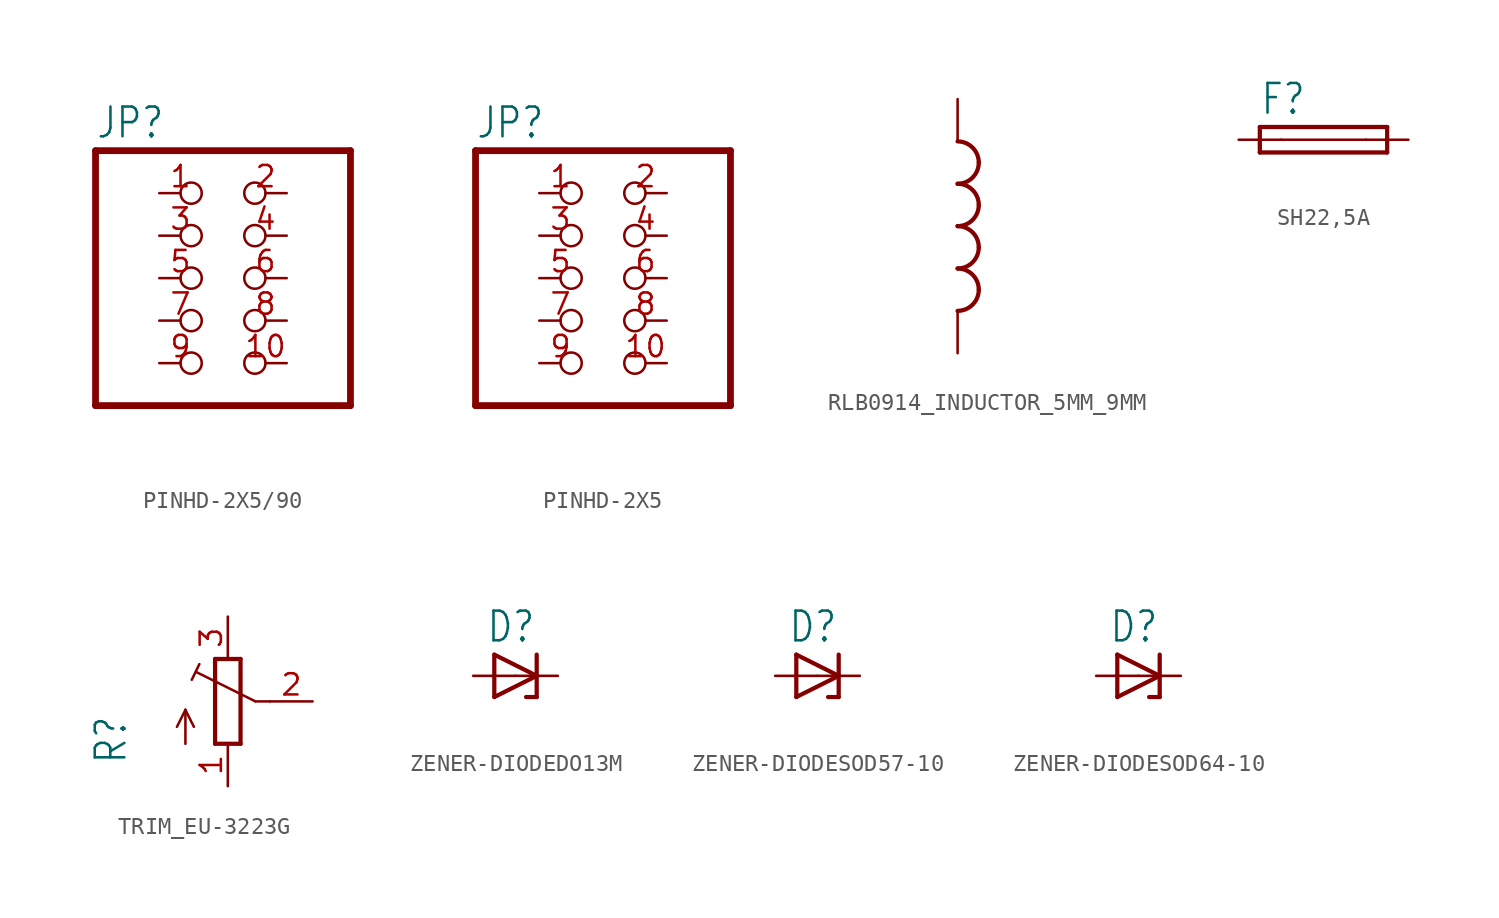
<source format=kicad_sym>
(kicad_symbol_lib
  (version 20231120)
  (generator "kicad_symbol_editor")
  (generator_version "8.0")
  (symbol "PINHD-2X5/90"
    (property "Reference" "JP"
      (at -6.35 8.255 0)
      (effects (font (size 1.778 1.511)) (justify left bottom)))
    (property "Value" ""
      (at -6.35 -10.16 0)
      (effects (font (size 1.778 1.511)) (justify left bottom)))
    (property "ki_locked" ""
      (at 0 0 0)
      (effects (font (size 1.27 1.27))))
    (symbol "PINHD-2X5/90_1_0"
      (polyline (pts (xy -6.35 -7.62) (xy 8.89 -7.62)) (stroke (width 0.406) (type solid)) (fill (type none)))
      (polyline (pts (xy -6.35 7.62) (xy -6.35 -7.62)) (stroke (width 0.406) (type solid)) (fill (type none)))
      (polyline (pts (xy 8.89 -7.62) (xy 8.89 7.62)) (stroke (width 0.406) (type solid)) (fill (type none)))
      (polyline (pts (xy 8.89 7.62) (xy -6.35 7.62)) (stroke (width 0.406) (type solid)) (fill (type none)))
      (pin passive inverted (at -2.54 5.08 0) (length 2.54) (name "1" (effects (font (size 0 0)))) (number "1" (effects (font (size 1.27 1.27)))))
      (pin passive inverted (at 5.08 -5.08 180) (length 2.54) (name "10" (effects (font (size 0 0)))) (number "10" (effects (font (size 1.27 1.27)))))
      (pin passive inverted (at 5.08 5.08 180) (length 2.54) (name "2" (effects (font (size 0 0)))) (number "2" (effects (font (size 1.27 1.27)))))
      (pin passive inverted (at -2.54 2.54 0) (length 2.54) (name "3" (effects (font (size 0 0)))) (number "3" (effects (font (size 1.27 1.27)))))
      (pin passive inverted (at 5.08 2.54 180) (length 2.54) (name "4" (effects (font (size 0 0)))) (number "4" (effects (font (size 1.27 1.27)))))
      (pin passive inverted (at -2.54 0 0) (length 2.54) (name "5" (effects (font (size 0 0)))) (number "5" (effects (font (size 1.27 1.27)))))
      (pin passive inverted (at 5.08 0 180) (length 2.54) (name "6" (effects (font (size 0 0)))) (number "6" (effects (font (size 1.27 1.27)))))
      (pin passive inverted (at -2.54 -2.54 0) (length 2.54) (name "7" (effects (font (size 0 0)))) (number "7" (effects (font (size 1.27 1.27)))))
      (pin passive inverted (at 5.08 -2.54 180) (length 2.54) (name "8" (effects (font (size 0 0)))) (number "8" (effects (font (size 1.27 1.27)))))
      (pin passive inverted (at -2.54 -5.08 0) (length 2.54) (name "9" (effects (font (size 0 0)))) (number "9" (effects (font (size 1.27 1.27)))))))
  (symbol "PINHD-2X5"
    (property "Reference" "JP"
      (at -6.35 8.255 0)
      (effects (font (size 1.778 1.511)) (justify left bottom)))
    (property "Value" ""
      (at -6.35 -10.16 0)
      (effects (font (size 1.778 1.511)) (justify left bottom)))
    (property "ki_locked" ""
      (at 0 0 0)
      (effects (font (size 1.27 1.27))))
    (symbol "PINHD-2X5_1_0"
      (polyline (pts (xy -6.35 -7.62) (xy 8.89 -7.62)) (stroke (width 0.406) (type solid)) (fill (type none)))
      (polyline (pts (xy -6.35 7.62) (xy -6.35 -7.62)) (stroke (width 0.406) (type solid)) (fill (type none)))
      (polyline (pts (xy 8.89 -7.62) (xy 8.89 7.62)) (stroke (width 0.406) (type solid)) (fill (type none)))
      (polyline (pts (xy 8.89 7.62) (xy -6.35 7.62)) (stroke (width 0.406) (type solid)) (fill (type none)))
      (pin passive inverted (at -2.54 5.08 0) (length 2.54) (name "1" (effects (font (size 0 0)))) (number "1" (effects (font (size 1.27 1.27)))))
      (pin passive inverted (at 5.08 -5.08 180) (length 2.54) (name "10" (effects (font (size 0 0)))) (number "10" (effects (font (size 1.27 1.27)))))
      (pin passive inverted (at 5.08 5.08 180) (length 2.54) (name "2" (effects (font (size 0 0)))) (number "2" (effects (font (size 1.27 1.27)))))
      (pin passive inverted (at -2.54 2.54 0) (length 2.54) (name "3" (effects (font (size 0 0)))) (number "3" (effects (font (size 1.27 1.27)))))
      (pin passive inverted (at 5.08 2.54 180) (length 2.54) (name "4" (effects (font (size 0 0)))) (number "4" (effects (font (size 1.27 1.27)))))
      (pin passive inverted (at -2.54 0 0) (length 2.54) (name "5" (effects (font (size 0 0)))) (number "5" (effects (font (size 1.27 1.27)))))
      (pin passive inverted (at 5.08 0 180) (length 2.54) (name "6" (effects (font (size 0 0)))) (number "6" (effects (font (size 1.27 1.27)))))
      (pin passive inverted (at -2.54 -2.54 0) (length 2.54) (name "7" (effects (font (size 0 0)))) (number "7" (effects (font (size 1.27 1.27)))))
      (pin passive inverted (at 5.08 -2.54 180) (length 2.54) (name "8" (effects (font (size 0 0)))) (number "8" (effects (font (size 1.27 1.27)))))
      (pin passive inverted (at -2.54 -5.08 0) (length 2.54) (name "9" (effects (font (size 0 0)))) (number "9" (effects (font (size 1.27 1.27)))))))
  (symbol "RLB0914_INDUCTOR_5MM_9MM"
    (property "Reference" ""
      (at -1.27 -5.08 90)
      (effects (font (size 1.778 1.511)) (justify left bottom) (hide yes)))
    (property "Value" ""
      (at 3.81 -5.08 90)
      (effects (font (size 1.778 1.511)) (justify left bottom)))
    (property "ki_locked" ""
      (at 0 0 0)
      (effects (font (size 1.27 1.27))))
    (symbol "RLB0914_INDUCTOR_5MM_9MM_1_0"
      (arc (start 0 -5.08) (mid 0.898 -4.708) (end 1.27 -3.81) (stroke (width 0.254) (type solid)) (fill (type none)))
      (arc (start 0 -2.54) (mid 0.898 -2.168) (end 1.27 -1.27) (stroke (width 0.254) (type solid)) (fill (type none)))
      (arc (start 0 0) (mid 0.898 0.372) (end 1.27 1.27) (stroke (width 0.254) (type solid)) (fill (type none)))
      (arc (start 0 2.54) (mid 0.898 2.912) (end 1.27 3.81) (stroke (width 0.254) (type solid)) (fill (type none)))
      (arc (start 1.27 -3.81) (mid 0.898 -2.912) (end 0 -2.54) (stroke (width 0.254) (type solid)) (fill (type none)))
      (arc (start 1.27 -1.27) (mid 0.898 -0.372) (end 0 0) (stroke (width 0.254) (type solid)) (fill (type none)))
      (arc (start 1.27 1.27) (mid 0.898 2.168) (end 0 2.54) (stroke (width 0.254) (type solid)) (fill (type none)))
      (arc (start 1.27 3.81) (mid 0.898 4.708) (end 0 5.08) (stroke (width 0.254) (type solid)) (fill (type none)))
      (pin passive line (at 0 7.62 270) (length 2.54) (name "1" (effects (font (size 0 0)))) (number "P$1" (effects (font (size 0 0)))))
      (pin passive line (at 0 -7.62 90) (length 2.54) (name "2" (effects (font (size 0 0)))) (number "P$2" (effects (font (size 0 0)))))))
  (symbol "SH22,5A"
    (property "Reference" "F"
      (at -3.81 1.397 0)
      (effects (font (size 1.778 1.511)) (justify left bottom)))
    (property "Value" ""
      (at -3.81 -2.921 0)
      (effects (font (size 1.778 1.511)) (justify left bottom)))
    (property "ki_locked" ""
      (at 0 0 0)
      (effects (font (size 1.27 1.27))))
    (symbol "SH22,5A_1_0"
      (polyline (pts (xy -3.81 -0.762) (xy 3.81 -0.762)) (stroke (width 0.254) (type solid)) (fill (type none)))
      (polyline (pts (xy -3.81 0.762) (xy -3.81 -0.762)) (stroke (width 0.254) (type solid)) (fill (type none)))
      (polyline (pts (xy -2.54 0) (xy 2.54 0)) (stroke (width 0.152) (type solid)) (fill (type none)))
      (polyline (pts (xy 3.81 -0.762) (xy 3.81 0.762)) (stroke (width 0.254) (type solid)) (fill (type none)))
      (polyline (pts (xy 3.81 0.762) (xy -3.81 0.762)) (stroke (width 0.254) (type solid)) (fill (type none)))
      (pin passive line (at -5.08 0 0) (length 2.54) (name "1" (effects (font (size 0 0)))) (number "1" (effects (font (size 0 0)))))
      (pin passive line (at 5.08 0 180) (length 2.54) (name "2" (effects (font (size 0 0)))) (number "2" (effects (font (size 0 0)))))))
  (symbol "TRIM_EU-3223G"
    (property "Reference" "R"
      (at -5.969 -3.81 90)
      (effects (font (size 1.778 1.511)) (justify left bottom)))
    (property "Value" ""
      (at -3.81 -3.81 90)
      (effects (font (size 1.778 1.511)) (justify left bottom)))
    (property "ki_locked" ""
      (at 0 0 0)
      (effects (font (size 1.27 1.27))))
    (symbol "TRIM_EU-3223G_1_0"
      (polyline (pts (xy -2.54 -2.54) (xy -2.54 -0.508)) (stroke (width 0.152) (type solid)) (fill (type none)))
      (polyline (pts (xy -2.54 -0.508) (xy -3.048 -1.524)) (stroke (width 0.152) (type solid)) (fill (type none)))
      (polyline (pts (xy -2.54 -0.508) (xy -2.032 -1.524)) (stroke (width 0.152) (type solid)) (fill (type none)))
      (polyline (pts (xy -2.16 1.294) (xy -1.702 2.235)) (stroke (width 0.152) (type solid)) (fill (type none)))
      (polyline (pts (xy -0.762 -2.54) (xy 0.762 -2.54)) (stroke (width 0.254) (type solid)) (fill (type none)))
      (polyline (pts (xy -0.762 2.54) (xy -0.762 -2.54)) (stroke (width 0.254) (type solid)) (fill (type none)))
      (polyline (pts (xy 0.762 -2.54) (xy 0.762 2.54)) (stroke (width 0.254) (type solid)) (fill (type none)))
      (polyline (pts (xy 0.762 2.54) (xy -0.762 2.54)) (stroke (width 0.254) (type solid)) (fill (type none)))
      (polyline (pts (xy 1.651 0) (xy -1.88 1.753)) (stroke (width 0.152) (type solid)) (fill (type none)))
      (polyline (pts (xy 2.54 0) (xy 1.651 0)) (stroke (width 0.152) (type solid)) (fill (type none)))
      (pin passive line (at 0 -5.08 90) (length 2.54) (name "A" (effects (font (size 0 0)))) (number "1" (effects (font (size 1.27 1.27)))))
      (pin passive line (at 5.08 0 180) (length 2.54) (name "S" (effects (font (size 0 0)))) (number "2" (effects (font (size 1.27 1.27)))))
      (pin passive line (at 0 5.08 270) (length 2.54) (name "E" (effects (font (size 0 0)))) (number "3" (effects (font (size 1.27 1.27)))))))
  (symbol "ZENER-DIODEDO13M"
    (property "Reference" "D"
      (at -1.778 1.905 0)
      (effects (font (size 1.778 1.511)) (justify left bottom)))
    (property "Value" ""
      (at -1.778 -3.429 0)
      (effects (font (size 1.778 1.511)) (justify left bottom)))
    (property "ki_locked" ""
      (at 0 0 0)
      (effects (font (size 1.27 1.27))))
    (symbol "ZENER-DIODEDO13M_1_0"
      (polyline (pts (xy -1.27 -1.27) (xy 1.27 0)) (stroke (width 0.254) (type solid)) (fill (type none)))
      (polyline (pts (xy -1.27 1.27) (xy -1.27 -1.27)) (stroke (width 0.254) (type solid)) (fill (type none)))
      (polyline (pts (xy 1.27 -1.27) (xy 0.635 -1.27)) (stroke (width 0.254) (type solid)) (fill (type none)))
      (polyline (pts (xy 1.27 0) (xy -1.27 1.27)) (stroke (width 0.254) (type solid)) (fill (type none)))
      (polyline (pts (xy 1.27 0) (xy 1.27 -1.27)) (stroke (width 0.254) (type solid)) (fill (type none)))
      (polyline (pts (xy 1.27 1.27) (xy 1.27 0)) (stroke (width 0.254) (type solid)) (fill (type none)))
      (pin passive line (at -2.54 0 0) (length 2.54) (name "A" (effects (font (size 0 0)))) (number "A" (effects (font (size 0 0)))))
      (pin passive line (at 2.54 0 180) (length 2.54) (name "C" (effects (font (size 0 0)))) (number "C" (effects (font (size 0 0)))))))
  (symbol "ZENER-DIODESOD57-10"
    (property "Reference" "D"
      (at -1.778 1.905 0)
      (effects (font (size 1.778 1.511)) (justify left bottom)))
    (property "Value" ""
      (at -1.778 -3.429 0)
      (effects (font (size 1.778 1.511)) (justify left bottom)))
    (property "ki_locked" ""
      (at 0 0 0)
      (effects (font (size 1.27 1.27))))
    (symbol "ZENER-DIODESOD57-10_1_0"
      (polyline (pts (xy -1.27 -1.27) (xy 1.27 0)) (stroke (width 0.254) (type solid)) (fill (type none)))
      (polyline (pts (xy -1.27 1.27) (xy -1.27 -1.27)) (stroke (width 0.254) (type solid)) (fill (type none)))
      (polyline (pts (xy 1.27 -1.27) (xy 0.635 -1.27)) (stroke (width 0.254) (type solid)) (fill (type none)))
      (polyline (pts (xy 1.27 0) (xy -1.27 1.27)) (stroke (width 0.254) (type solid)) (fill (type none)))
      (polyline (pts (xy 1.27 0) (xy 1.27 -1.27)) (stroke (width 0.254) (type solid)) (fill (type none)))
      (polyline (pts (xy 1.27 1.27) (xy 1.27 0)) (stroke (width 0.254) (type solid)) (fill (type none)))
      (pin passive line (at -2.54 0 0) (length 2.54) (name "A" (effects (font (size 0 0)))) (number "A" (effects (font (size 0 0)))))
      (pin passive line (at 2.54 0 180) (length 2.54) (name "C" (effects (font (size 0 0)))) (number "C" (effects (font (size 0 0)))))))
  (symbol "ZENER-DIODESOD64-10"
    (property "Reference" "D"
      (at -1.778 1.905 0)
      (effects (font (size 1.778 1.511)) (justify left bottom)))
    (property "Value" ""
      (at -1.778 -3.429 0)
      (effects (font (size 1.778 1.511)) (justify left bottom)))
    (property "ki_locked" ""
      (at 0 0 0)
      (effects (font (size 1.27 1.27))))
    (symbol "ZENER-DIODESOD64-10_1_0"
      (polyline (pts (xy -1.27 -1.27) (xy 1.27 0)) (stroke (width 0.254) (type solid)) (fill (type none)))
      (polyline (pts (xy -1.27 1.27) (xy -1.27 -1.27)) (stroke (width 0.254) (type solid)) (fill (type none)))
      (polyline (pts (xy 1.27 -1.27) (xy 0.635 -1.27)) (stroke (width 0.254) (type solid)) (fill (type none)))
      (polyline (pts (xy 1.27 0) (xy -1.27 1.27)) (stroke (width 0.254) (type solid)) (fill (type none)))
      (polyline (pts (xy 1.27 0) (xy 1.27 -1.27)) (stroke (width 0.254) (type solid)) (fill (type none)))
      (polyline (pts (xy 1.27 1.27) (xy 1.27 0)) (stroke (width 0.254) (type solid)) (fill (type none)))
      (pin passive line (at -2.54 0 0) (length 2.54) (name "A" (effects (font (size 0 0)))) (number "A" (effects (font (size 0 0)))))
      (pin passive line (at 2.54 0 180) (length 2.54) (name "C" (effects (font (size 0 0)))) (number "C" (effects (font (size 0 0))))))))
</source>
